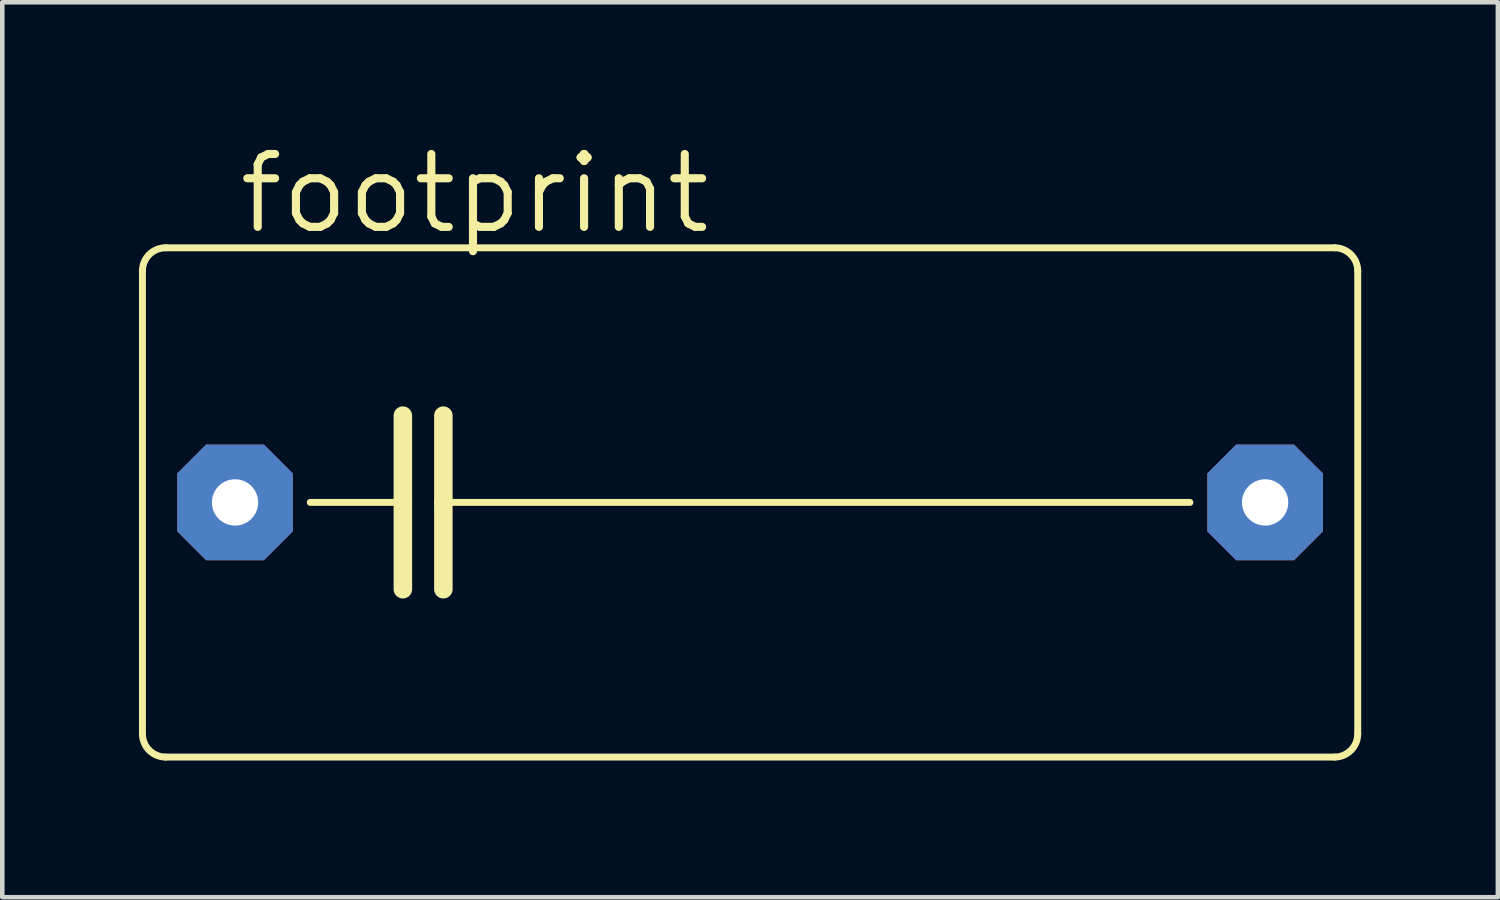
<source format=kicad_pcb>
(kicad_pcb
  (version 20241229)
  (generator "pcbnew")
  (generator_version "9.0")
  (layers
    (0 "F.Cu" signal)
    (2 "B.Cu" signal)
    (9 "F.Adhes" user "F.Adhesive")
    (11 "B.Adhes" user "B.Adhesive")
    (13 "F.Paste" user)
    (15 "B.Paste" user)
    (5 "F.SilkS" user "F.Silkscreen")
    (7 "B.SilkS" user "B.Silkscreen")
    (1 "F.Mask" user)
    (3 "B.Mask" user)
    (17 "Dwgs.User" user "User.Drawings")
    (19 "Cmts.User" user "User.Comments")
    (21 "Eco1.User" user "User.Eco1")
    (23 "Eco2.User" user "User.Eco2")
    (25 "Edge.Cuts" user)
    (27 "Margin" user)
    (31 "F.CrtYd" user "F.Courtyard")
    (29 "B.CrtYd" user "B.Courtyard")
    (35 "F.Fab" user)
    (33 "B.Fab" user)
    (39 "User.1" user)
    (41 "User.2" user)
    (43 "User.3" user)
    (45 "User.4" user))
  (footprint "footprint"
    (layer "F.Cu")
    (at 13.411 7.976)
    (property "Reference" "footprint" (at -11.303 -5.842 0) (layer "F.SilkS") (effects (font (size 1.6 1.6) (thickness 0.178)) (justify left bottom)))
    (fp_line (start -13.335 5.08) (end -13.335 -5.08) (stroke (width 0.152) (type solid)) (layer "F.SilkS"))
    (fp_line (start -12.827 -5.588) (end 12.827 -5.588) (stroke (width 0.152) (type solid)) (layer "F.SilkS"))
    (fp_line (start -9.652 0) (end -7.62 0) (stroke (width 0.152) (type solid)) (layer "F.SilkS"))
    (fp_line (start -7.62 -1.905) (end -7.62 0) (stroke (width 0.406) (type solid)) (layer "F.SilkS"))
    (fp_line (start -7.62 0) (end -7.62 1.905) (stroke (width 0.406) (type solid)) (layer "F.SilkS"))
    (fp_line (start -6.731 -1.905) (end -6.731 0) (stroke (width 0.406) (type solid)) (layer "F.SilkS"))
    (fp_line (start -6.731 0) (end -6.731 1.905) (stroke (width 0.406) (type solid)) (layer "F.SilkS"))
    (fp_line (start -6.731 0) (end 9.652 0) (stroke (width 0.152) (type solid)) (layer "F.SilkS"))
    (fp_line (start 12.827 5.588) (end -12.827 5.588) (stroke (width 0.152) (type solid)) (layer "F.SilkS"))
    (fp_line (start 13.335 -5.08) (end 13.335 5.08) (stroke (width 0.152) (type solid)) (layer "F.SilkS"))
    (fp_arc (start -13.335 -5.08) (mid -13.18621 -5.43921) (end -12.827 -5.588) (stroke (width 0.1524) (type solid)) (layer "F.SilkS"))
    (fp_arc (start -12.827 5.588) (mid -13.18621 5.43921) (end -13.335 5.08) (stroke (width 0.1524) (type solid)) (layer "F.SilkS"))
    (fp_arc (start 12.827 -5.588) (mid 13.18621 -5.43921) (end 13.335 -5.08) (stroke (width 0.1524) (type solid)) (layer "F.SilkS"))
    (fp_arc (start 13.335 5.08) (mid 13.18621 5.43921) (end 12.827 5.588) (stroke (width 0.1524) (type solid)) (layer "F.SilkS"))
    (pad "1" thru_hole roundrect (at -11.303 0) (size 2.54 2.54) (drill 1.016) (layers "*.Cu" "*.Mask") (roundrect_rratio 0.25) (chamfer_ratio 0.25) (chamfer top_left top_right bottom_left bottom_right))
    (pad "2" thru_hole roundrect (at 11.303 0) (size 2.54 2.54) (drill 1.016) (layers "*.Cu" "*.Mask") (roundrect_rratio 0.25) (chamfer_ratio 0.25) (chamfer top_left top_right bottom_left bottom_right)))
  (gr_rect
    (start -3 -3)
    (end 29.822 16.64)
    (stroke (width 0.1) (type default))
    (fill no)
    (layer "Edge.Cuts")))
</source>
